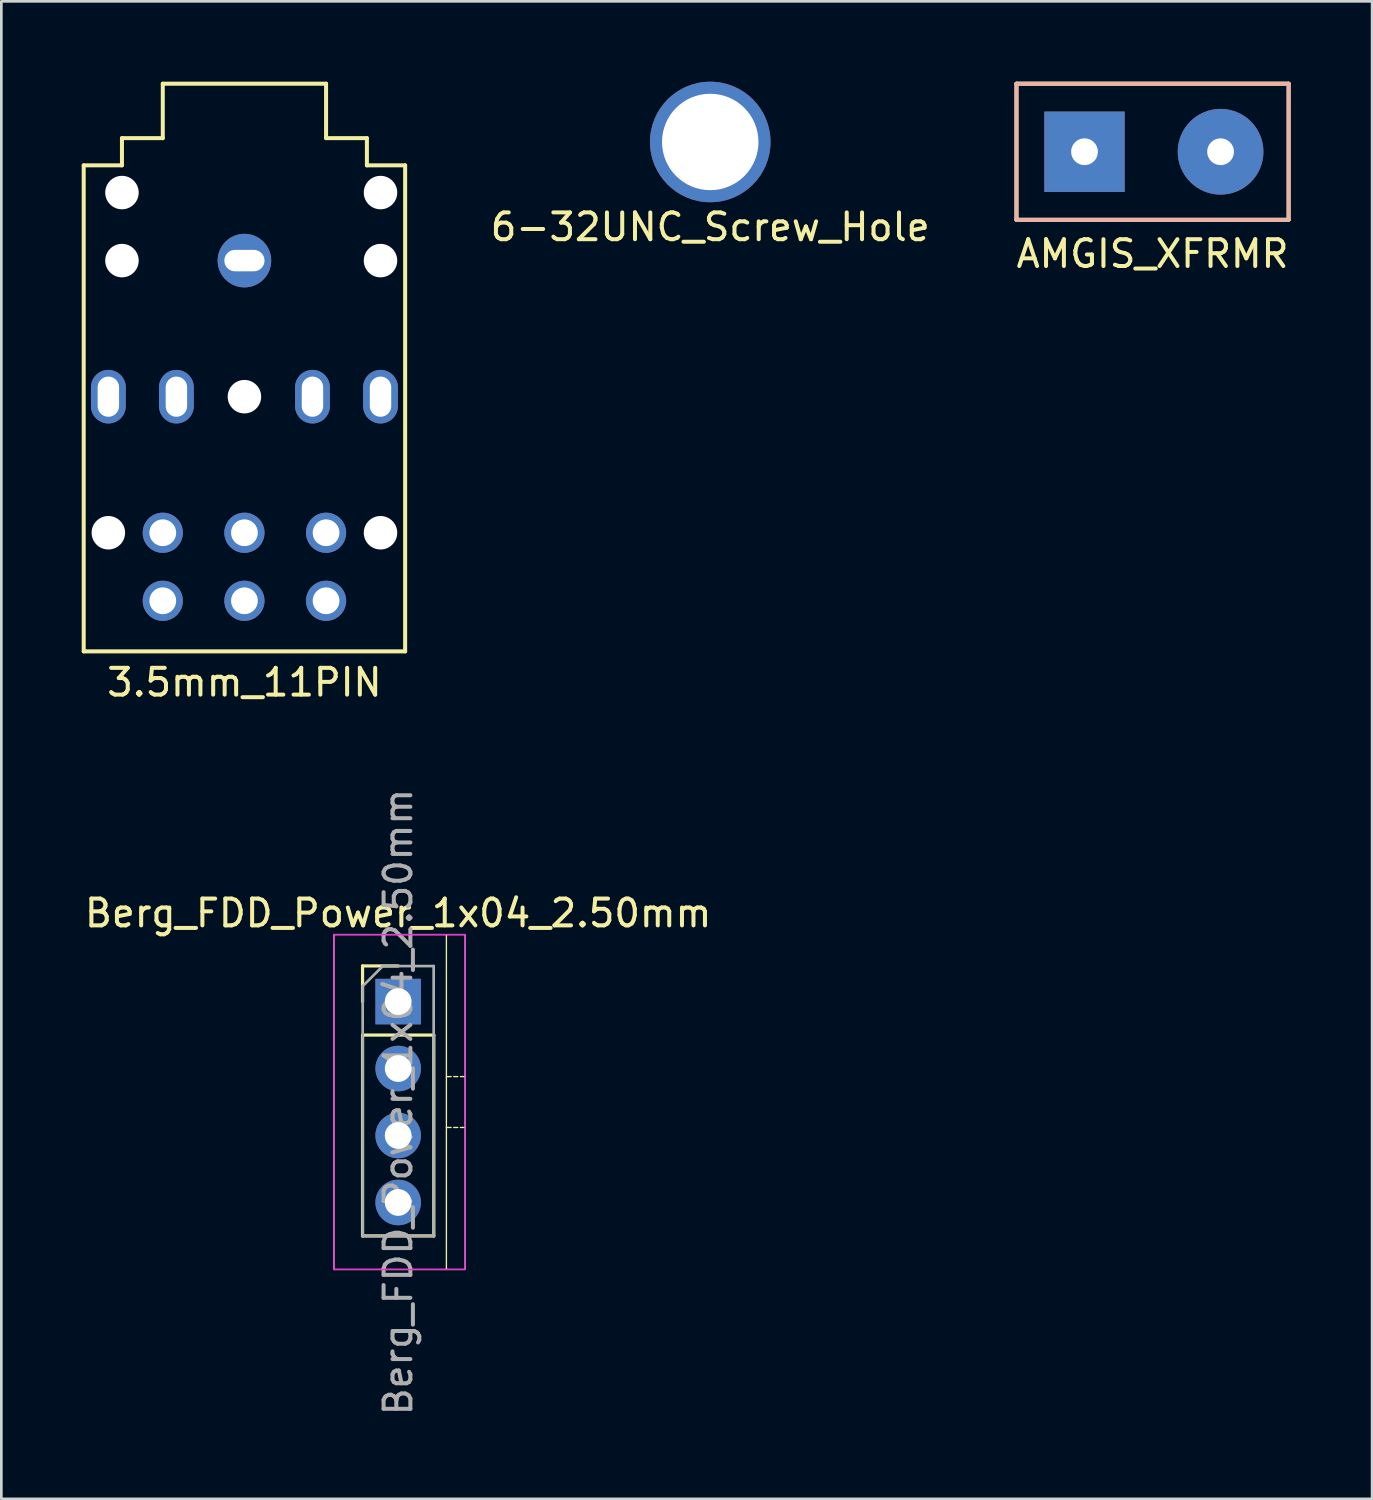
<source format=kicad_pcb>
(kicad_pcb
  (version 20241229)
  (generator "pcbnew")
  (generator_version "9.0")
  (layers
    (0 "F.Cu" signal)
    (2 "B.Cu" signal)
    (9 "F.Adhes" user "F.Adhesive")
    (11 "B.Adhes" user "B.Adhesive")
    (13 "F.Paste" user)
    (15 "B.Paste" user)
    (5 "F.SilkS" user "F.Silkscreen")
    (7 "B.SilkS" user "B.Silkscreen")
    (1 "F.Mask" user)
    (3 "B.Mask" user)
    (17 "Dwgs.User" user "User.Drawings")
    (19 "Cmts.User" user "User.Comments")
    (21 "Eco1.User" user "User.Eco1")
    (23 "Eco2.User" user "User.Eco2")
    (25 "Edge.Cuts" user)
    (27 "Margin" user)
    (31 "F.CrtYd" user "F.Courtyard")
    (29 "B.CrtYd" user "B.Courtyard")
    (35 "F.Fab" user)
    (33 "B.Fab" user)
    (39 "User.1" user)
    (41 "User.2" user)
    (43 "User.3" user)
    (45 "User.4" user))
  (footprint "Berg_FDD_Power_1x04_2.50mm"
    (layer "F.Cu")
    (at 11.815 34.341)
    (property "Reference" "Berg_FDD_Power_1x04_2.50mm" (at 0 -3.3 0) (layer "F.SilkS") (effects (font (size 1 1) (thickness 0.15))))
    (attr through_hole)
    (fp_line (start -2.4 -2.5) (end -2.4 10) (stroke (width 0.05) (type solid)) (layer "F.SilkS"))
    (fp_line (start -2.4 -2.5) (end 2.5 -2.5) (stroke (width 0.05) (type solid)) (layer "F.SilkS"))
    (fp_line (start -2.4 10) (end 2.5 10) (stroke (width 0.05) (type solid)) (layer "F.SilkS"))
    (fp_line (start -1.33 -1.33) (end 0 -1.33) (stroke (width 0.12) (type solid)) (layer "F.SilkS"))
    (fp_line (start -1.33 0) (end -1.33 -1.33) (stroke (width 0.12) (type solid)) (layer "F.SilkS"))
    (fp_line (start -1.33 1.25) (end -1.33 8.75) (stroke (width 0.12) (type solid)) (layer "F.SilkS"))
    (fp_line (start -1.33 1.25) (end 1.33 1.25) (stroke (width 0.12) (type solid)) (layer "F.SilkS"))
    (fp_line (start -1.33 8.75) (end 1.33 8.75) (stroke (width 0.12) (type solid)) (layer "F.SilkS"))
    (fp_line (start 1.33 1.25) (end 1.33 8.75) (stroke (width 0.12) (type solid)) (layer "F.SilkS"))
    (fp_line (start 1.8 2.8) (end 1.975 2.8) (stroke (width 0.05) (type solid)) (layer "F.SilkS"))
    (fp_line (start 1.8 4.7) (end 1.975 4.7) (stroke (width 0.05) (type solid)) (layer "F.SilkS"))
    (fp_line (start 1.8 10) (end 1.8 -2.5) (stroke (width 0.05) (type solid)) (layer "F.SilkS"))
    (fp_line (start 2.075 2.8) (end 2.225 2.8) (stroke (width 0.05) (type solid)) (layer "F.SilkS"))
    (fp_line (start 2.075 4.7) (end 2.225 4.7) (stroke (width 0.05) (type solid)) (layer "F.SilkS"))
    (fp_line (start 2.325 2.8) (end 2.5 2.8) (stroke (width 0.05) (type solid)) (layer "F.SilkS"))
    (fp_line (start 2.325 4.7) (end 2.5 4.7) (stroke (width 0.05) (type solid)) (layer "F.SilkS"))
    (fp_line (start 2.5 -2.5) (end 2.5 10) (stroke (width 0.05) (type solid)) (layer "F.SilkS"))
    (fp_line (start -2.4 -2.5) (end -2.4 10) (stroke (width 0.05) (type solid)) (layer "F.CrtYd"))
    (fp_line (start -2.4 10) (end 2.5 10) (stroke (width 0.05) (type solid)) (layer "F.CrtYd"))
    (fp_line (start 2.5 -2.5) (end -2.4 -2.5) (stroke (width 0.05) (type solid)) (layer "F.CrtYd"))
    (fp_line (start 2.5 10) (end 2.5 -2.5) (stroke (width 0.05) (type solid)) (layer "F.CrtYd"))
    (fp_line (start -1.325 -0.575) (end -0.575 -1.325) (stroke (width 0.1) (type solid)) (layer "F.Fab"))
    (fp_line (start -1.325 8.75) (end -1.325 -0.575) (stroke (width 0.1) (type solid)) (layer "F.Fab"))
    (fp_line (start -0.575 -1.325) (end 1.325 -1.325) (stroke (width 0.1) (type solid)) (layer "F.Fab"))
    (fp_line (start 1.325 -1.325) (end 1.325 8.75) (stroke (width 0.1) (type solid)) (layer "F.Fab"))
    (fp_line (start 1.325 8.75) (end -1.325 8.75) (stroke (width 0.1) (type solid)) (layer "F.Fab"))
    (fp_text user "${REFERENCE}" (at 0 3.75 90) (layer "F.Fab") (effects (font (size 1 1) (thickness 0.15))))
    (pad "1" thru_hole rect (at 0 0) (size 1.7 1.7) (drill 1) (layers "*.Cu" "*.Mask"))
    (pad "2" thru_hole oval (at 0 2.5) (size 1.7 1.7) (drill 1) (layers "*.Cu" "*.Mask"))
    (pad "3" thru_hole oval (at 0 5) (size 1.7 1.7) (drill 1) (layers "*.Cu" "*.Mask"))
    (pad "4" thru_hole oval (at 0 7.5) (size 1.7 1.7) (drill 1) (layers "*.Cu" "*.Mask")))
  (footprint "AMGIS_XFRMR"
    (layer "F.Cu")
    (at 39.977 2.615)
    (property "Reference" "AMGIS_XFRMR" (at 0 3.81 0) (layer "F.SilkS") (effects (font (size 1 1) (thickness 0.15))))
    (attr through_hole)
    (fp_line (start -5.08 -2.54) (end 5.08 -2.54) (stroke (width 0.15) (type solid)) (layer "F.SilkS"))
    (fp_line (start -5.08 2.54) (end -5.08 -2.54) (stroke (width 0.15) (type solid)) (layer "F.SilkS"))
    (fp_line (start 5.08 -2.54) (end 5.08 2.54) (stroke (width 0.15) (type solid)) (layer "F.SilkS"))
    (fp_line (start 5.08 2.54) (end -5.08 2.54) (stroke (width 0.15) (type solid)) (layer "F.SilkS"))
    (fp_line (start -5.08 -2.54) (end 5.08 -2.54) (stroke (width 0.15) (type solid)) (layer "B.SilkS"))
    (fp_line (start -5.08 2.54) (end -5.08 -2.54) (stroke (width 0.15) (type solid)) (layer "B.SilkS"))
    (fp_line (start 5.08 -2.54) (end 5.08 2.54) (stroke (width 0.15) (type solid)) (layer "B.SilkS"))
    (fp_line (start 5.08 2.54) (end -5.08 2.54) (stroke (width 0.15) (type solid)) (layer "B.SilkS"))
    (pad "1" thru_hole rect (at -2.54 0) (size 3 3) (drill 1) (layers "*.Cu" "*.Mask"))
    (pad "2" thru_hole circle (at 2.54 0) (size 3.2 3.2) (drill 1) (layers "*.Cu" "*.Mask")))
  (footprint "6-32UNC_Screw_Hole"
    (layer "F.Cu")
    (at 23.465 2.25)
    (property "Reference" "6-32UNC_Screw_Hole" (at 0 3.175 0) (layer "F.SilkS") (effects (font (size 1 1) (thickness 0.15))))
    (attr through_hole)
    (pad "" np_thru_hole circle (at 0 0) (size 4.5 4.5) (drill 3.6) (layers "*.Cu" "*.Mask")))
  (footprint "3.5mm_11PIN"
    (layer "F.Cu")
    (at 6.075 12.267)
    (property "Reference" "3.5mm_11PIN" (at 0 10.16 0) (layer "F.SilkS") (effects (font (size 1 1) (thickness 0.15))))
    (attr through_hole)
    (fp_line (start -6 -9.144) (end -6 9) (stroke (width 0.15) (type solid)) (layer "F.SilkS"))
    (fp_line (start -6 -9.144) (end -4.572 -9.144) (stroke (width 0.15) (type solid)) (layer "F.SilkS"))
    (fp_line (start -6 9) (end 6 9) (stroke (width 0.15) (type solid)) (layer "F.SilkS"))
    (fp_line (start -4.572 -10.16) (end -3.048 -10.16) (stroke (width 0.15) (type solid)) (layer "F.SilkS"))
    (fp_line (start -4.572 -9.144) (end -4.572 -10.16) (stroke (width 0.15) (type solid)) (layer "F.SilkS"))
    (fp_line (start -3.048 -12.192) (end -3.048 -10.16) (stroke (width 0.15) (type solid)) (layer "F.SilkS"))
    (fp_line (start -3.048 -12.192) (end 3.048 -12.192) (stroke (width 0.15) (type solid)) (layer "F.SilkS"))
    (fp_line (start 3.048 -12.192) (end 3.048 -10.16) (stroke (width 0.15) (type solid)) (layer "F.SilkS"))
    (fp_line (start 4.572 -10.16) (end 3.048 -10.16) (stroke (width 0.15) (type solid)) (layer "F.SilkS"))
    (fp_line (start 4.572 -9.144) (end 4.572 -10.16) (stroke (width 0.15) (type solid)) (layer "F.SilkS"))
    (fp_line (start 6 -9.144) (end 4.572 -9.144) (stroke (width 0.15) (type solid)) (layer "F.SilkS"))
    (fp_line (start 6 -9.144) (end 6 9) (stroke (width 0.15) (type solid)) (layer "F.SilkS"))
    (pad "" np_thru_hole circle (at -5.08 4.572) (size 1.25 1.25) (drill 1.25) (layers "*.Cu" "*.Mask"))
    (pad "" np_thru_hole circle (at -4.572 -8.128) (size 1.25 1.25) (drill 1.25) (layers "*.Cu" "*.Mask"))
    (pad "" np_thru_hole circle (at -4.572 -5.588) (size 1.25 1.25) (drill 1.25) (layers "*.Cu" "*.Mask"))
    (pad "" np_thru_hole circle (at 0 -0.508) (size 1.25 1.25) (drill 1.25) (layers "*.Cu" "*.Mask"))
    (pad "" np_thru_hole circle (at 5.08 -8.128) (size 1.25 1.25) (drill 1.25) (layers "*.Cu" "*.Mask"))
    (pad "" np_thru_hole circle (at 5.08 -5.588) (size 1.25 1.25) (drill 1.25) (layers "*.Cu" "*.Mask"))
    (pad "" np_thru_hole circle (at 5.08 4.572) (size 1.25 1.25) (drill 1.25) (layers "*.Cu" "*.Mask"))
    (pad "1" thru_hole circle (at 0 -5.588) (size 2 2) (drill oval 1.5 0.8) (layers "*.Cu" "*.Mask"))
    (pad "2" thru_hole oval (at 5.08 -0.508) (size 1.3 2) (drill oval 0.8 1.5) (layers "*.Cu" "*.Mask"))
    (pad "3" thru_hole oval (at 2.54 -0.508) (size 1.3 2) (drill oval 0.8 1.5) (layers "*.Cu" "*.Mask"))
    (pad "4" thru_hole oval (at -2.54 -0.508) (size 1.3 2) (drill oval 0.8 1.5) (layers "*.Cu" "*.Mask"))
    (pad "5" thru_hole oval (at -5.08 -0.508) (size 1.3 2) (drill oval 0.8 1.5) (layers "*.Cu" "*.Mask"))
    (pad "6" thru_hole circle (at 3.048 4.572) (size 1.5 1.5) (drill 1) (layers "*.Cu" "*.Mask"))
    (pad "7" thru_hole circle (at 0 4.572) (size 1.5 1.5) (drill 1) (layers "*.Cu" "*.Mask"))
    (pad "8" thru_hole circle (at -3.048 4.572) (size 1.5 1.5) (drill 1) (layers "*.Cu" "*.Mask"))
    (pad "9" thru_hole circle (at 3.048 7.112) (size 1.5 1.5) (drill 1) (layers "*.Cu" "*.Mask"))
    (pad "10" thru_hole circle (at 0 7.112) (size 1.5 1.5) (drill 1) (layers "*.Cu" "*.Mask"))
    (pad "11" thru_hole circle (at -3.048 7.112) (size 1.5 1.5) (drill 1) (layers "*.Cu" "*.Mask")))
  (gr_rect
    (start -3 -3)
    (end 48.174 52.906)
    (stroke (width 0.1) (type default))
    (fill no)
    (layer "Edge.Cuts")))
</source>
